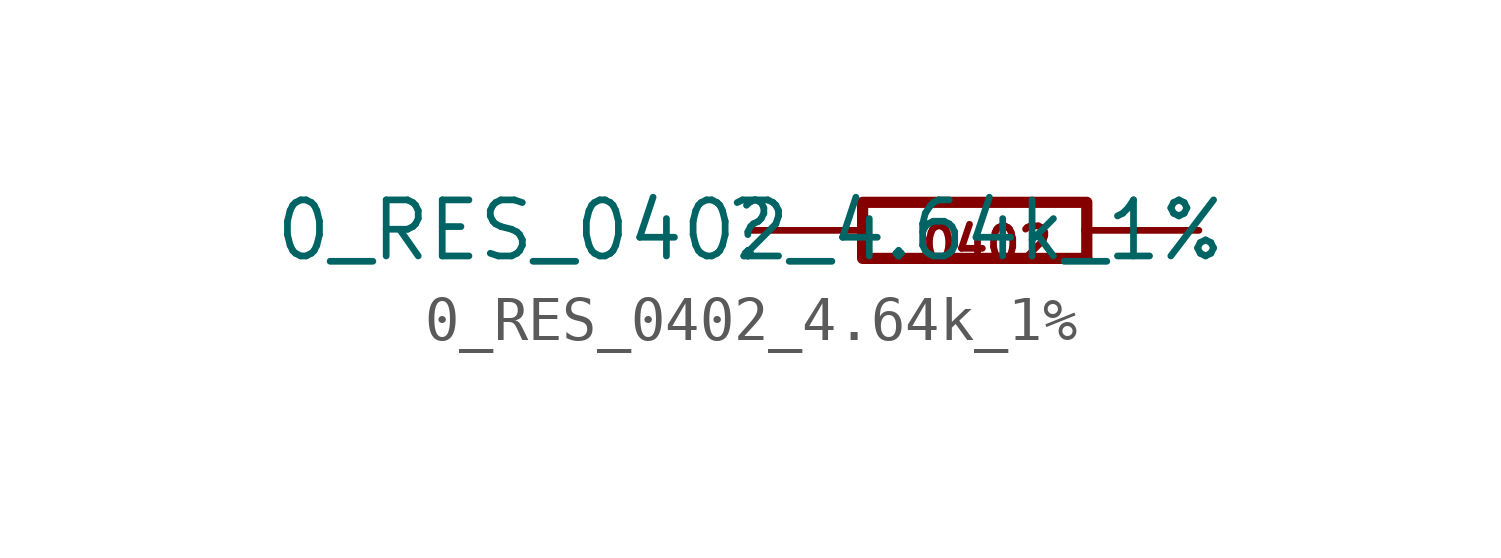
<source format=kicad_sym>
(kicad_symbol_lib
  (version 20211014)
  (generator kicad_symbol_editor)
  (symbol "0_RES_0402_4.64k_1%"
    (property "Reference" ""
      (at 0 0 0)
      (effects (font (size 1.27 1.27))))
    (property "Value" "0_RES_0402_4.64k_1%"
      (at 0 0 0)
      (effects (font (size 1.27 1.27))))
    (symbol "0_RES_0402_4.64k_1%_1_0"
      (polyline (pts (xy 7.62 -0.635) (xy 7.62 0)) (stroke (width 0.254) (type default) (color 0 0 0 0)) (fill (type none)))
      (polyline (pts (xy 7.62 0) (xy 7.62 0.635) (xy 2.54 0.635) (xy 2.54 -0.635) (xy 7.62 -0.635)) (stroke (width 0.254) (type default) (color 0 0 0 0)) (fill (type none)))
      (text "0402" (at 3.81 -0.762 0) (effects (font (size 0.762 0.762)) (justify left bottom)))
      (pin passive line (at 0 0 0) (length 2.54) (name "1" (effects (font (size 0 0)))) (number "1" (effects (font (size 0 0)))))
      (pin passive line (at 10.16 0 180) (length 2.54) (name "2" (effects (font (size 0 0)))) (number "2" (effects (font (size 0 0))))))))
</source>
